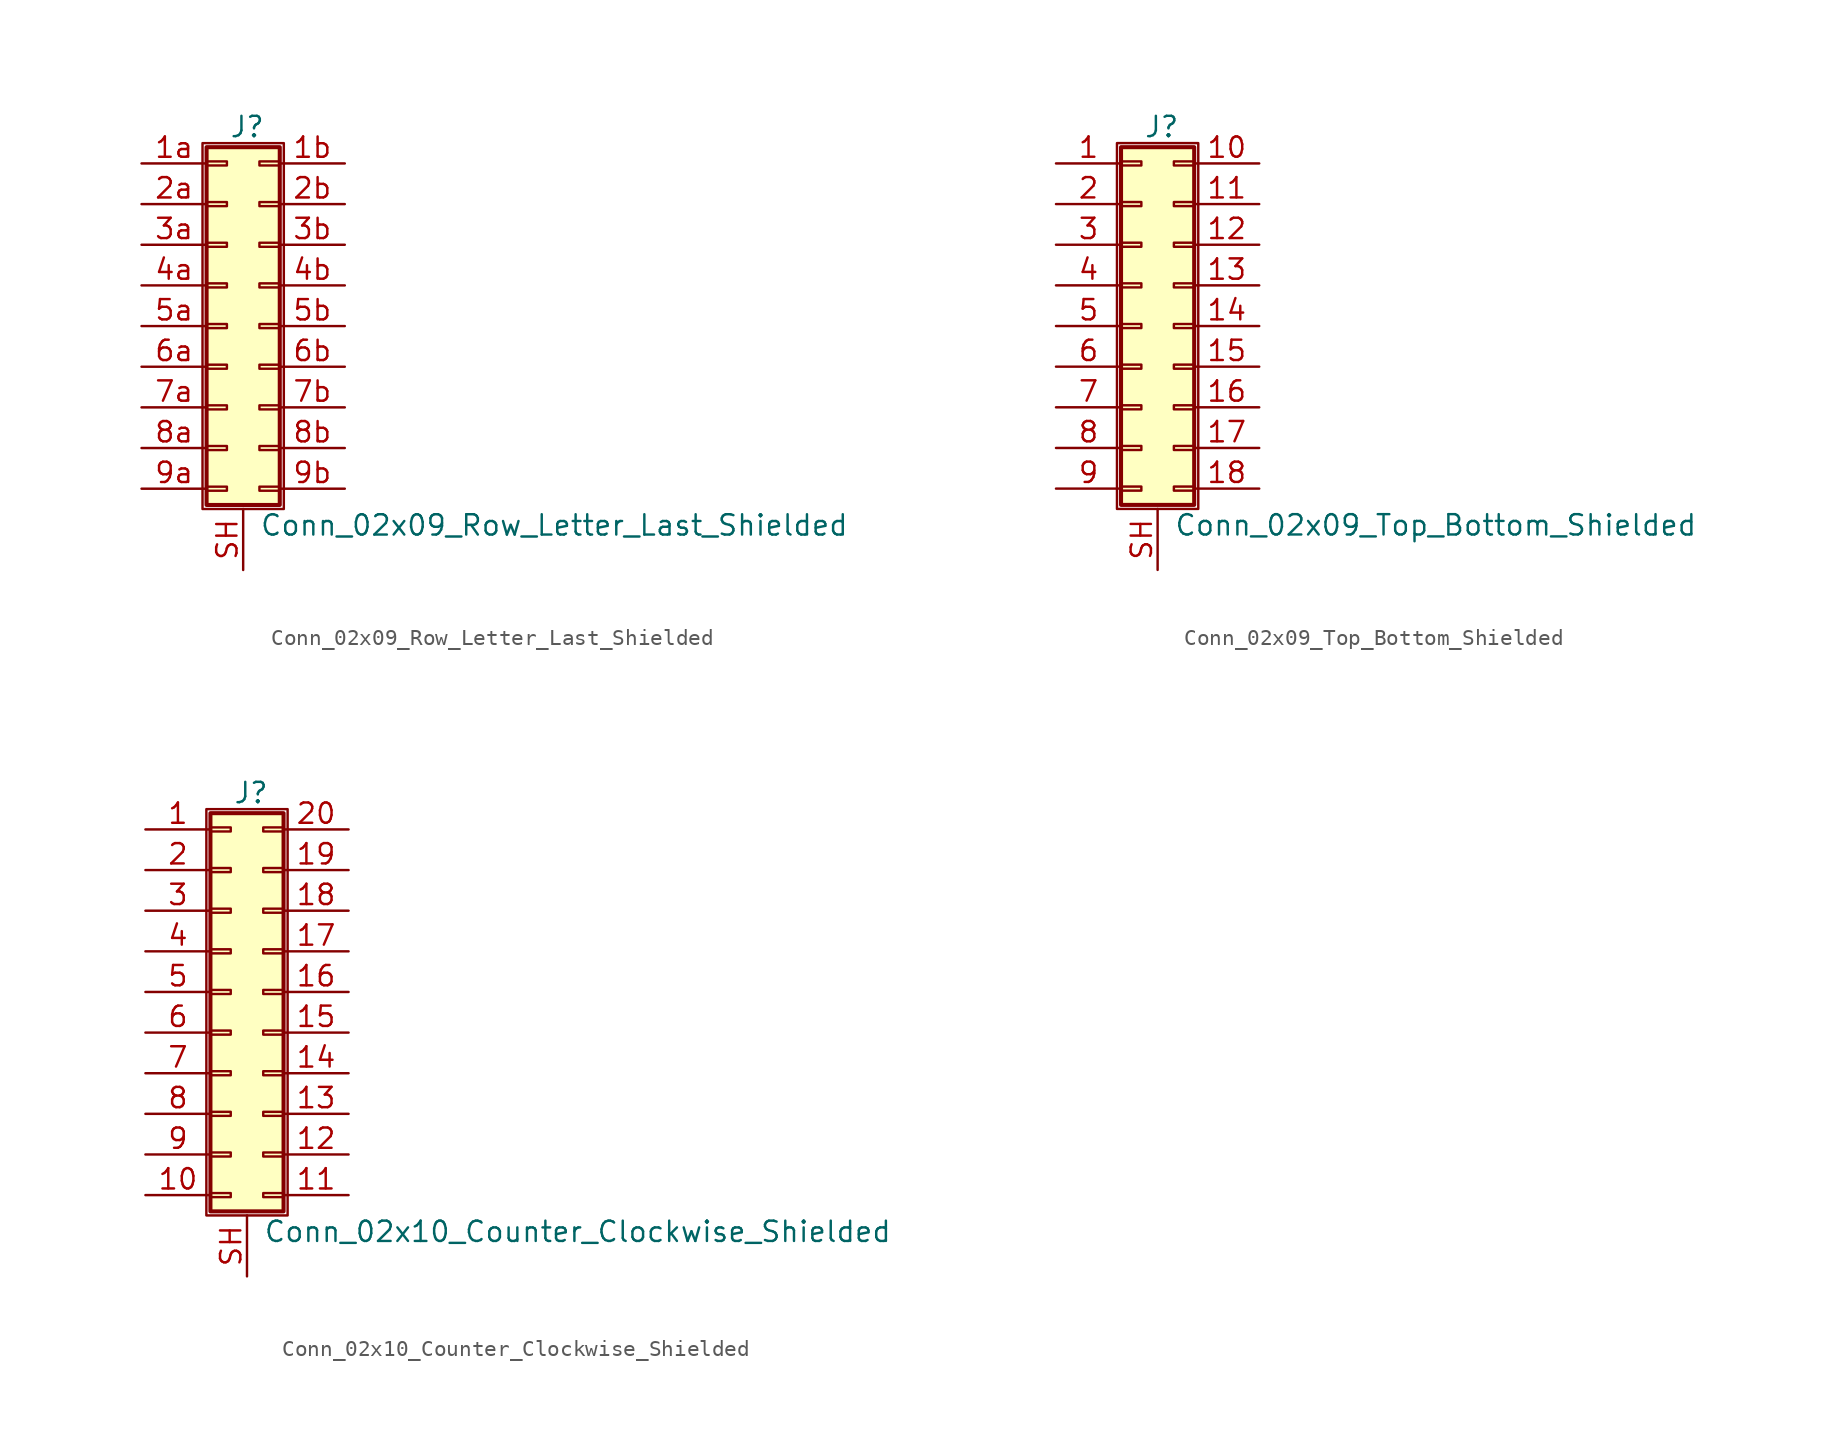
<source format=kicad_sym>
(kicad_symbol_lib
  (version 20201005)
  (generator kicad_symbol_editor)
  (symbol "Conn_02x09_Row_Letter_Last_Shielded"
    (pin_names
      (offset 1.016) hide)
    (property "Reference" "J"
      (at 1.524 12.446 0)
      (effects (font (size 1.27 1.27))))
    (property "Value" "Conn_02x09_Row_Letter_Last_Shielded"
      (at 2.286 -12.446 0)
      (effects (font (size 1.27 1.27)) (justify left)))
    (symbol "Conn_02x09_Row_Letter_Last_Shielded_1_1"
      (rectangle (start -1.27 11.43) (end 3.81 -11.43) (stroke (width 0.152)) (fill (type none)))
      (rectangle (start -1.016 -10.033) (end 0.254 -10.287) (stroke (width 0.152)) (fill (type none)))
      (rectangle (start -1.016 -7.493) (end 0.254 -7.747) (stroke (width 0.152)) (fill (type none)))
      (rectangle (start -1.016 -4.953) (end 0.254 -5.207) (stroke (width 0.152)) (fill (type none)))
      (rectangle (start -1.016 -2.413) (end 0.254 -2.667) (stroke (width 0.152)) (fill (type none)))
      (rectangle (start -1.016 0.127) (end 0.254 -0.127) (stroke (width 0.152)) (fill (type none)))
      (rectangle (start -1.016 2.667) (end 0.254 2.413) (stroke (width 0.152)) (fill (type none)))
      (rectangle (start -1.016 5.207) (end 0.254 4.953) (stroke (width 0.152)) (fill (type none)))
      (rectangle (start -1.016 7.747) (end 0.254 7.493) (stroke (width 0.152)) (fill (type none)))
      (rectangle (start -1.016 10.287) (end 0.254 10.033) (stroke (width 0.152)) (fill (type none)))
      (rectangle (start 3.556 -10.033) (end 2.286 -10.287) (stroke (width 0.152)) (fill (type none)))
      (rectangle (start 3.556 -7.493) (end 2.286 -7.747) (stroke (width 0.152)) (fill (type none)))
      (rectangle (start 3.556 -4.953) (end 2.286 -5.207) (stroke (width 0.152)) (fill (type none)))
      (rectangle (start 3.556 -2.413) (end 2.286 -2.667) (stroke (width 0.152)) (fill (type none)))
      (rectangle (start 3.556 0.127) (end 2.286 -0.127) (stroke (width 0.152)) (fill (type none)))
      (rectangle (start 3.556 2.667) (end 2.286 2.413) (stroke (width 0.152)) (fill (type none)))
      (rectangle (start 3.556 5.207) (end 2.286 4.953) (stroke (width 0.152)) (fill (type none)))
      (rectangle (start 3.556 7.747) (end 2.286 7.493) (stroke (width 0.152)) (fill (type none)))
      (rectangle (start 3.556 10.287) (end 2.286 10.033) (stroke (width 0.152)) (fill (type none)))
      (rectangle (start -1.016 11.176) (end 3.556 -11.176) (stroke (width 0.254)) (fill (type background)))
      (pin passive line (at -5.08 10.16 0) (length 4.064) (name "Pin_1a" (effects (font (size 1.27 1.27)))) (number "1a" (effects (font (size 1.27 1.27)))))
      (pin passive line (at 7.62 10.16 180) (length 4.064) (name "Pin_1b" (effects (font (size 1.27 1.27)))) (number "1b" (effects (font (size 1.27 1.27)))))
      (pin passive line (at -5.08 7.62 0) (length 4.064) (name "Pin_2a" (effects (font (size 1.27 1.27)))) (number "2a" (effects (font (size 1.27 1.27)))))
      (pin passive line (at 7.62 7.62 180) (length 4.064) (name "Pin_2b" (effects (font (size 1.27 1.27)))) (number "2b" (effects (font (size 1.27 1.27)))))
      (pin passive line (at -5.08 5.08 0) (length 4.064) (name "Pin_3a" (effects (font (size 1.27 1.27)))) (number "3a" (effects (font (size 1.27 1.27)))))
      (pin passive line (at 7.62 5.08 180) (length 4.064) (name "Pin_3b" (effects (font (size 1.27 1.27)))) (number "3b" (effects (font (size 1.27 1.27)))))
      (pin passive line (at -5.08 2.54 0) (length 4.064) (name "Pin_4a" (effects (font (size 1.27 1.27)))) (number "4a" (effects (font (size 1.27 1.27)))))
      (pin passive line (at 7.62 2.54 180) (length 4.064) (name "Pin_4b" (effects (font (size 1.27 1.27)))) (number "4b" (effects (font (size 1.27 1.27)))))
      (pin passive line (at -5.08 0 0) (length 4.064) (name "Pin_5a" (effects (font (size 1.27 1.27)))) (number "5a" (effects (font (size 1.27 1.27)))))
      (pin passive line (at 7.62 0 180) (length 4.064) (name "Pin_5b" (effects (font (size 1.27 1.27)))) (number "5b" (effects (font (size 1.27 1.27)))))
      (pin passive line (at -5.08 -2.54 0) (length 4.064) (name "Pin_6a" (effects (font (size 1.27 1.27)))) (number "6a" (effects (font (size 1.27 1.27)))))
      (pin passive line (at 7.62 -2.54 180) (length 4.064) (name "Pin_6b" (effects (font (size 1.27 1.27)))) (number "6b" (effects (font (size 1.27 1.27)))))
      (pin passive line (at -5.08 -5.08 0) (length 4.064) (name "Pin_7a" (effects (font (size 1.27 1.27)))) (number "7a" (effects (font (size 1.27 1.27)))))
      (pin passive line (at 7.62 -5.08 180) (length 4.064) (name "Pin_7b" (effects (font (size 1.27 1.27)))) (number "7b" (effects (font (size 1.27 1.27)))))
      (pin passive line (at -5.08 -7.62 0) (length 4.064) (name "Pin_8a" (effects (font (size 1.27 1.27)))) (number "8a" (effects (font (size 1.27 1.27)))))
      (pin passive line (at 7.62 -7.62 180) (length 4.064) (name "Pin_8b" (effects (font (size 1.27 1.27)))) (number "8b" (effects (font (size 1.27 1.27)))))
      (pin passive line (at -5.08 -10.16 0) (length 4.064) (name "Pin_9a" (effects (font (size 1.27 1.27)))) (number "9a" (effects (font (size 1.27 1.27)))))
      (pin passive line (at 7.62 -10.16 180) (length 4.064) (name "Pin_9b" (effects (font (size 1.27 1.27)))) (number "9b" (effects (font (size 1.27 1.27)))))
      (pin passive line (at 1.27 -15.24 90) (length 3.81) (name "Shield" (effects (font (size 1.27 1.27)))) (number "SH" (effects (font (size 1.27 1.27)))))))
  (symbol "Conn_02x09_Top_Bottom_Shielded"
    (pin_names
      (offset 1.016) hide)
    (property "Reference" "J"
      (at 1.524 12.446 0)
      (effects (font (size 1.27 1.27))))
    (property "Value" "Conn_02x09_Top_Bottom_Shielded"
      (at 2.286 -12.446 0)
      (effects (font (size 1.27 1.27)) (justify left)))
    (symbol "Conn_02x09_Top_Bottom_Shielded_1_1"
      (rectangle (start -1.27 11.43) (end 3.81 -11.43) (stroke (width 0.152)) (fill (type none)))
      (rectangle (start -1.016 -10.033) (end 0.254 -10.287) (stroke (width 0.152)) (fill (type none)))
      (rectangle (start -1.016 -7.493) (end 0.254 -7.747) (stroke (width 0.152)) (fill (type none)))
      (rectangle (start -1.016 -4.953) (end 0.254 -5.207) (stroke (width 0.152)) (fill (type none)))
      (rectangle (start -1.016 -2.413) (end 0.254 -2.667) (stroke (width 0.152)) (fill (type none)))
      (rectangle (start -1.016 0.127) (end 0.254 -0.127) (stroke (width 0.152)) (fill (type none)))
      (rectangle (start -1.016 2.667) (end 0.254 2.413) (stroke (width 0.152)) (fill (type none)))
      (rectangle (start -1.016 5.207) (end 0.254 4.953) (stroke (width 0.152)) (fill (type none)))
      (rectangle (start -1.016 7.747) (end 0.254 7.493) (stroke (width 0.152)) (fill (type none)))
      (rectangle (start -1.016 10.287) (end 0.254 10.033) (stroke (width 0.152)) (fill (type none)))
      (rectangle (start 3.556 -10.033) (end 2.286 -10.287) (stroke (width 0.152)) (fill (type none)))
      (rectangle (start 3.556 -7.493) (end 2.286 -7.747) (stroke (width 0.152)) (fill (type none)))
      (rectangle (start 3.556 -4.953) (end 2.286 -5.207) (stroke (width 0.152)) (fill (type none)))
      (rectangle (start 3.556 -2.413) (end 2.286 -2.667) (stroke (width 0.152)) (fill (type none)))
      (rectangle (start 3.556 0.127) (end 2.286 -0.127) (stroke (width 0.152)) (fill (type none)))
      (rectangle (start 3.556 2.667) (end 2.286 2.413) (stroke (width 0.152)) (fill (type none)))
      (rectangle (start 3.556 5.207) (end 2.286 4.953) (stroke (width 0.152)) (fill (type none)))
      (rectangle (start 3.556 7.747) (end 2.286 7.493) (stroke (width 0.152)) (fill (type none)))
      (rectangle (start 3.556 10.287) (end 2.286 10.033) (stroke (width 0.152)) (fill (type none)))
      (rectangle (start -1.016 11.176) (end 3.556 -11.176) (stroke (width 0.254)) (fill (type background)))
      (pin passive line (at -5.08 10.16 0) (length 4.064) (name "Pin_1" (effects (font (size 1.27 1.27)))) (number "1" (effects (font (size 1.27 1.27)))))
      (pin passive line (at 7.62 10.16 180) (length 4.064) (name "Pin_10" (effects (font (size 1.27 1.27)))) (number "10" (effects (font (size 1.27 1.27)))))
      (pin passive line (at 7.62 7.62 180) (length 4.064) (name "Pin_11" (effects (font (size 1.27 1.27)))) (number "11" (effects (font (size 1.27 1.27)))))
      (pin passive line (at 7.62 5.08 180) (length 4.064) (name "Pin_12" (effects (font (size 1.27 1.27)))) (number "12" (effects (font (size 1.27 1.27)))))
      (pin passive line (at 7.62 2.54 180) (length 4.064) (name "Pin_13" (effects (font (size 1.27 1.27)))) (number "13" (effects (font (size 1.27 1.27)))))
      (pin passive line (at 7.62 0 180) (length 4.064) (name "Pin_14" (effects (font (size 1.27 1.27)))) (number "14" (effects (font (size 1.27 1.27)))))
      (pin passive line (at 7.62 -2.54 180) (length 4.064) (name "Pin_15" (effects (font (size 1.27 1.27)))) (number "15" (effects (font (size 1.27 1.27)))))
      (pin passive line (at 7.62 -5.08 180) (length 4.064) (name "Pin_16" (effects (font (size 1.27 1.27)))) (number "16" (effects (font (size 1.27 1.27)))))
      (pin passive line (at 7.62 -7.62 180) (length 4.064) (name "Pin_17" (effects (font (size 1.27 1.27)))) (number "17" (effects (font (size 1.27 1.27)))))
      (pin passive line (at 7.62 -10.16 180) (length 4.064) (name "Pin_18" (effects (font (size 1.27 1.27)))) (number "18" (effects (font (size 1.27 1.27)))))
      (pin passive line (at -5.08 7.62 0) (length 4.064) (name "Pin_2" (effects (font (size 1.27 1.27)))) (number "2" (effects (font (size 1.27 1.27)))))
      (pin passive line (at -5.08 5.08 0) (length 4.064) (name "Pin_3" (effects (font (size 1.27 1.27)))) (number "3" (effects (font (size 1.27 1.27)))))
      (pin passive line (at -5.08 2.54 0) (length 4.064) (name "Pin_4" (effects (font (size 1.27 1.27)))) (number "4" (effects (font (size 1.27 1.27)))))
      (pin passive line (at -5.08 0 0) (length 4.064) (name "Pin_5" (effects (font (size 1.27 1.27)))) (number "5" (effects (font (size 1.27 1.27)))))
      (pin passive line (at -5.08 -2.54 0) (length 4.064) (name "Pin_6" (effects (font (size 1.27 1.27)))) (number "6" (effects (font (size 1.27 1.27)))))
      (pin passive line (at -5.08 -5.08 0) (length 4.064) (name "Pin_7" (effects (font (size 1.27 1.27)))) (number "7" (effects (font (size 1.27 1.27)))))
      (pin passive line (at -5.08 -7.62 0) (length 4.064) (name "Pin_8" (effects (font (size 1.27 1.27)))) (number "8" (effects (font (size 1.27 1.27)))))
      (pin passive line (at -5.08 -10.16 0) (length 4.064) (name "Pin_9" (effects (font (size 1.27 1.27)))) (number "9" (effects (font (size 1.27 1.27)))))
      (pin passive line (at 1.27 -15.24 90) (length 3.81) (name "Shield" (effects (font (size 1.27 1.27)))) (number "SH" (effects (font (size 1.27 1.27)))))))
  (symbol "Conn_02x10_Counter_Clockwise_Shielded"
    (pin_names
      (offset 1.016) hide)
    (property "Reference" "J"
      (at 1.524 12.446 0)
      (effects (font (size 1.27 1.27))))
    (property "Value" "Conn_02x10_Counter_Clockwise_Shielded"
      (at 2.286 -14.986 0)
      (effects (font (size 1.27 1.27)) (justify left)))
    (symbol "Conn_02x10_Counter_Clockwise_Shielded_1_1"
      (rectangle (start -1.27 11.43) (end 3.81 -13.97) (stroke (width 0.152)) (fill (type none)))
      (rectangle (start -1.016 -12.573) (end 0.254 -12.827) (stroke (width 0.152)) (fill (type none)))
      (rectangle (start -1.016 -10.033) (end 0.254 -10.287) (stroke (width 0.152)) (fill (type none)))
      (rectangle (start -1.016 -7.493) (end 0.254 -7.747) (stroke (width 0.152)) (fill (type none)))
      (rectangle (start -1.016 -4.953) (end 0.254 -5.207) (stroke (width 0.152)) (fill (type none)))
      (rectangle (start -1.016 -2.413) (end 0.254 -2.667) (stroke (width 0.152)) (fill (type none)))
      (rectangle (start -1.016 0.127) (end 0.254 -0.127) (stroke (width 0.152)) (fill (type none)))
      (rectangle (start -1.016 2.667) (end 0.254 2.413) (stroke (width 0.152)) (fill (type none)))
      (rectangle (start -1.016 5.207) (end 0.254 4.953) (stroke (width 0.152)) (fill (type none)))
      (rectangle (start -1.016 7.747) (end 0.254 7.493) (stroke (width 0.152)) (fill (type none)))
      (rectangle (start -1.016 10.287) (end 0.254 10.033) (stroke (width 0.152)) (fill (type none)))
      (rectangle (start 3.556 -12.573) (end 2.286 -12.827) (stroke (width 0.152)) (fill (type none)))
      (rectangle (start 3.556 -10.033) (end 2.286 -10.287) (stroke (width 0.152)) (fill (type none)))
      (rectangle (start 3.556 -7.493) (end 2.286 -7.747) (stroke (width 0.152)) (fill (type none)))
      (rectangle (start 3.556 -4.953) (end 2.286 -5.207) (stroke (width 0.152)) (fill (type none)))
      (rectangle (start 3.556 -2.413) (end 2.286 -2.667) (stroke (width 0.152)) (fill (type none)))
      (rectangle (start 3.556 0.127) (end 2.286 -0.127) (stroke (width 0.152)) (fill (type none)))
      (rectangle (start 3.556 2.667) (end 2.286 2.413) (stroke (width 0.152)) (fill (type none)))
      (rectangle (start 3.556 5.207) (end 2.286 4.953) (stroke (width 0.152)) (fill (type none)))
      (rectangle (start 3.556 7.747) (end 2.286 7.493) (stroke (width 0.152)) (fill (type none)))
      (rectangle (start 3.556 10.287) (end 2.286 10.033) (stroke (width 0.152)) (fill (type none)))
      (rectangle (start -1.016 11.176) (end 3.556 -13.716) (stroke (width 0.254)) (fill (type background)))
      (pin passive line (at -5.08 10.16 0) (length 4.064) (name "Pin_1" (effects (font (size 1.27 1.27)))) (number "1" (effects (font (size 1.27 1.27)))))
      (pin passive line (at -5.08 -12.7 0) (length 4.064) (name "Pin_10" (effects (font (size 1.27 1.27)))) (number "10" (effects (font (size 1.27 1.27)))))
      (pin passive line (at 7.62 -12.7 180) (length 4.064) (name "Pin_11" (effects (font (size 1.27 1.27)))) (number "11" (effects (font (size 1.27 1.27)))))
      (pin passive line (at 7.62 -10.16 180) (length 4.064) (name "Pin_12" (effects (font (size 1.27 1.27)))) (number "12" (effects (font (size 1.27 1.27)))))
      (pin passive line (at 7.62 -7.62 180) (length 4.064) (name "Pin_13" (effects (font (size 1.27 1.27)))) (number "13" (effects (font (size 1.27 1.27)))))
      (pin passive line (at 7.62 -5.08 180) (length 4.064) (name "Pin_14" (effects (font (size 1.27 1.27)))) (number "14" (effects (font (size 1.27 1.27)))))
      (pin passive line (at 7.62 -2.54 180) (length 4.064) (name "Pin_15" (effects (font (size 1.27 1.27)))) (number "15" (effects (font (size 1.27 1.27)))))
      (pin passive line (at 7.62 0 180) (length 4.064) (name "Pin_16" (effects (font (size 1.27 1.27)))) (number "16" (effects (font (size 1.27 1.27)))))
      (pin passive line (at 7.62 2.54 180) (length 4.064) (name "Pin_17" (effects (font (size 1.27 1.27)))) (number "17" (effects (font (size 1.27 1.27)))))
      (pin passive line (at 7.62 5.08 180) (length 4.064) (name "Pin_18" (effects (font (size 1.27 1.27)))) (number "18" (effects (font (size 1.27 1.27)))))
      (pin passive line (at 7.62 7.62 180) (length 4.064) (name "Pin_19" (effects (font (size 1.27 1.27)))) (number "19" (effects (font (size 1.27 1.27)))))
      (pin passive line (at -5.08 7.62 0) (length 4.064) (name "Pin_2" (effects (font (size 1.27 1.27)))) (number "2" (effects (font (size 1.27 1.27)))))
      (pin passive line (at 7.62 10.16 180) (length 4.064) (name "Pin_20" (effects (font (size 1.27 1.27)))) (number "20" (effects (font (size 1.27 1.27)))))
      (pin passive line (at -5.08 5.08 0) (length 4.064) (name "Pin_3" (effects (font (size 1.27 1.27)))) (number "3" (effects (font (size 1.27 1.27)))))
      (pin passive line (at -5.08 2.54 0) (length 4.064) (name "Pin_4" (effects (font (size 1.27 1.27)))) (number "4" (effects (font (size 1.27 1.27)))))
      (pin passive line (at -5.08 0 0) (length 4.064) (name "Pin_5" (effects (font (size 1.27 1.27)))) (number "5" (effects (font (size 1.27 1.27)))))
      (pin passive line (at -5.08 -2.54 0) (length 4.064) (name "Pin_6" (effects (font (size 1.27 1.27)))) (number "6" (effects (font (size 1.27 1.27)))))
      (pin passive line (at -5.08 -5.08 0) (length 4.064) (name "Pin_7" (effects (font (size 1.27 1.27)))) (number "7" (effects (font (size 1.27 1.27)))))
      (pin passive line (at -5.08 -7.62 0) (length 4.064) (name "Pin_8" (effects (font (size 1.27 1.27)))) (number "8" (effects (font (size 1.27 1.27)))))
      (pin passive line (at -5.08 -10.16 0) (length 4.064) (name "Pin_9" (effects (font (size 1.27 1.27)))) (number "9" (effects (font (size 1.27 1.27)))))
      (pin passive line (at 1.27 -17.78 90) (length 3.81) (name "Shield" (effects (font (size 1.27 1.27)))) (number "SH" (effects (font (size 1.27 1.27))))))))
</source>
